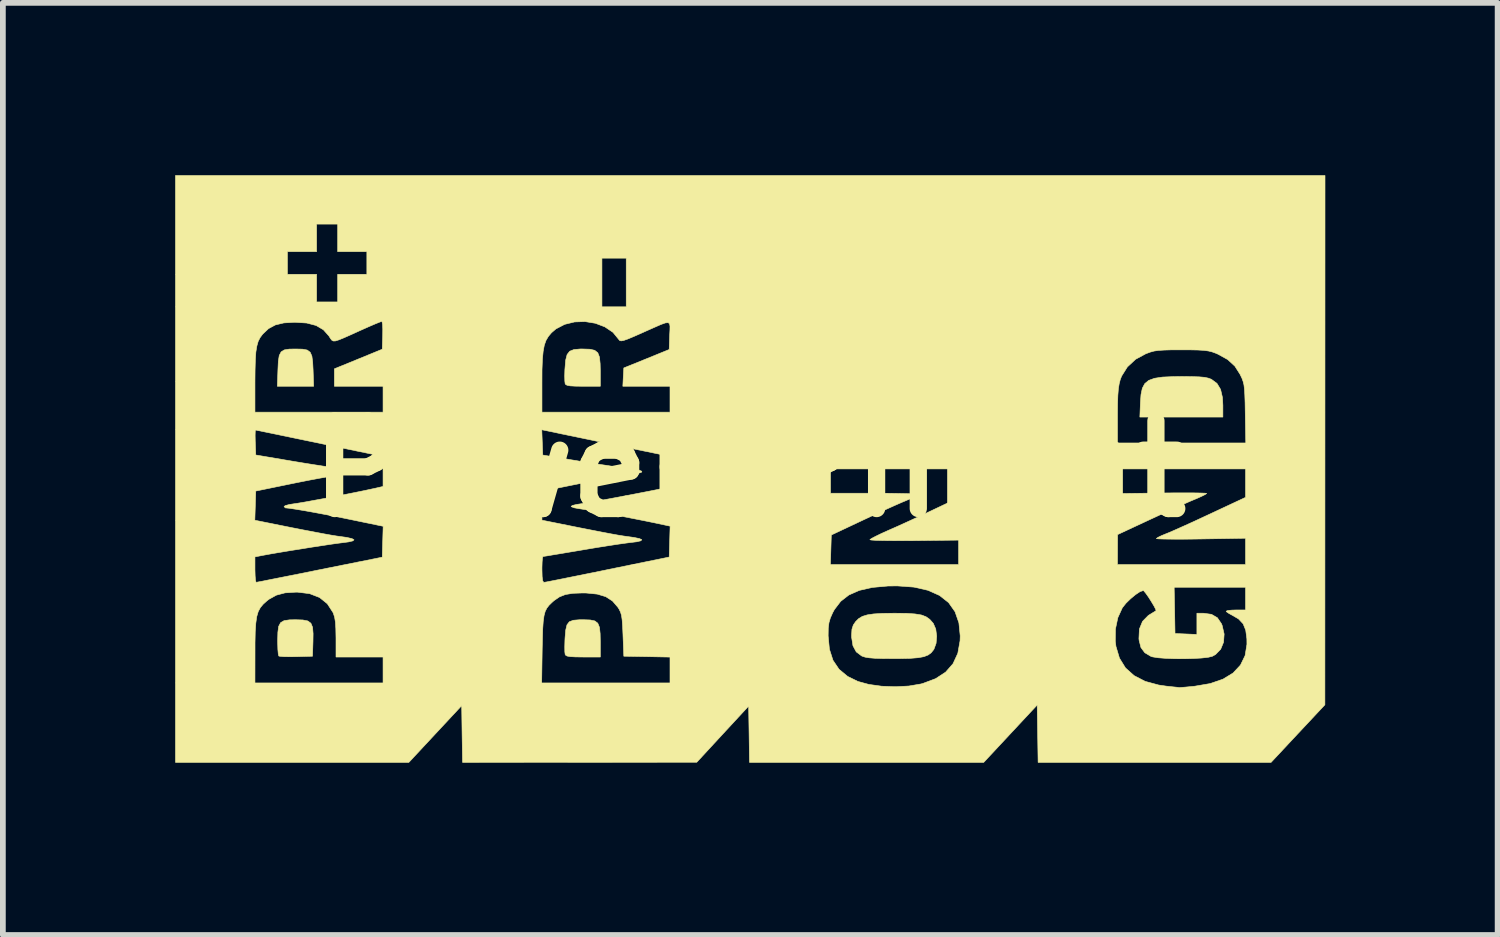
<source format=kicad_pcb>
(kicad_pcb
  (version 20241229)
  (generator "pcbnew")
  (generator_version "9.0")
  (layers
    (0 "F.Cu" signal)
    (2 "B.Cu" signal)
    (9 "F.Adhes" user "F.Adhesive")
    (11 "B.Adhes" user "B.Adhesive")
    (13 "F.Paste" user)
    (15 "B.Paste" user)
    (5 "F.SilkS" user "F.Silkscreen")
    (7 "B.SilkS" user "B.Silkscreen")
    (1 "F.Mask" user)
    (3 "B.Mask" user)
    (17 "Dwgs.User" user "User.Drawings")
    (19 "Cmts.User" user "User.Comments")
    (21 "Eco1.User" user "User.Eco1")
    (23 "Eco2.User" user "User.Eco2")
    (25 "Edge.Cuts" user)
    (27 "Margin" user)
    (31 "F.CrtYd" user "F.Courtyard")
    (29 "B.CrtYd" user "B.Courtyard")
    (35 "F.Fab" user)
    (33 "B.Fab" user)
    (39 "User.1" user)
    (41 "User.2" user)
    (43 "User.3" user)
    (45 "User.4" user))
  (footprint "Power_Pinout"
    (layer "F.Cu")
    (at 9.996 5.113)
    (property "Reference" "Power_Pinout" (at 0 0 0) (layer "F.SilkS") (effects (font (size 1.524 1.524) (thickness 0.3))))
    (attr through_hole)
    (fp_poly (pts (xy -7.782 -2.085) (xy -7.699 -2.07) (xy -7.647 -2.032) (xy -7.617 -1.965) (xy -7.603 -1.858) (xy -7.596 -1.724) (xy -7.586 -1.439) (xy -8.218 -1.439) (xy -8.208 -1.724) (xy -8.201 -1.873) (xy -8.185 -1.975) (xy -8.152 -2.038) (xy -8.097 -2.072) (xy -8.01 -2.086) (xy -7.902 -2.088) (xy -7.782 -2.085)) (stroke (width 0.01) (type solid)) (fill yes) (layer "F.SilkS"))
    (fp_poly (pts (xy 7.701 -1.607) (xy 7.828 -1.603) (xy 7.92 -1.595) (xy 7.986 -1.581) (xy 8.038 -1.562) (xy 8.043 -1.559) (xy 8.138 -1.489) (xy 8.201 -1.385) (xy 8.234 -1.243) (xy 8.241 -1.108) (xy 8.241 -0.903) (xy 6.796 -0.903) (xy 6.806 -1.154) (xy 6.816 -1.295) (xy 6.839 -1.404) (xy 6.882 -1.485) (xy 6.95 -1.541) (xy 7.051 -1.578) (xy 7.19 -1.599) (xy 7.375 -1.607) (xy 7.527 -1.609) (xy 7.701 -1.607)) (stroke (width 0.01) (type solid)) (fill yes) (layer "F.SilkS"))
    (fp_poly (pts (xy -7.775 2.629) (xy -7.688 2.646) (xy -7.634 2.686) (xy -7.605 2.756) (xy -7.596 2.867) (xy -7.598 3.01) (xy -7.606 3.26) (xy -7.89 3.268) (xy -8.011 3.269) (xy -8.111 3.267) (xy -8.176 3.261) (xy -8.193 3.256) (xy -8.202 3.22) (xy -8.209 3.143) (xy -8.212 3.037) (xy -8.213 2.993) (xy -8.209 2.843) (xy -8.195 2.74) (xy -8.161 2.676) (xy -8.101 2.641) (xy -8.007 2.627) (xy -7.901 2.625) (xy -7.775 2.629)) (stroke (width 0.01) (type solid)) (fill yes) (layer "F.SilkS"))
    (fp_poly (pts (xy -2.779 -2.084) (xy -2.694 -2.065) (xy -2.64 -2.022) (xy -2.611 -1.948) (xy -2.599 -1.832) (xy -2.596 -1.707) (xy -2.596 -1.439) (xy -2.894 -1.439) (xy -3.031 -1.441) (xy -3.122 -1.446) (xy -3.176 -1.457) (xy -3.202 -1.473) (xy -3.208 -1.483) (xy -3.214 -1.531) (xy -3.216 -1.618) (xy -3.213 -1.727) (xy -3.211 -1.751) (xy -3.199 -1.894) (xy -3.174 -1.991) (xy -3.129 -2.049) (xy -3.056 -2.078) (xy -2.946 -2.088) (xy -2.903 -2.088) (xy -2.779 -2.084)) (stroke (width 0.01) (type solid)) (fill yes) (layer "F.SilkS"))
    (fp_poly (pts (xy -2.772 2.629) (xy -2.691 2.646) (xy -2.64 2.686) (xy -2.611 2.757) (xy -2.599 2.867) (xy -2.596 3.012) (xy -2.596 3.274) (xy -2.894 3.274) (xy -3.031 3.272) (xy -3.121 3.267) (xy -3.175 3.257) (xy -3.202 3.24) (xy -3.208 3.229) (xy -3.214 3.182) (xy -3.215 3.094) (xy -3.212 2.983) (xy -3.21 2.942) (xy -3.198 2.804) (xy -3.176 2.713) (xy -3.135 2.66) (xy -3.065 2.634) (xy -2.956 2.625) (xy -2.889 2.625) (xy -2.772 2.629)) (stroke (width 0.01) (type solid)) (fill yes) (layer "F.SilkS"))
    (fp_poly (pts (xy 2.734 2.514) (xy 2.881 2.524) (xy 2.992 2.542) (xy 3.074 2.573) (xy 3.138 2.618) (xy 3.193 2.68) (xy 3.201 2.69) (xy 3.243 2.787) (xy 3.259 2.91) (xy 3.249 3.035) (xy 3.211 3.139) (xy 3.207 3.145) (xy 3.164 3.199) (xy 3.11 3.239) (xy 3.036 3.268) (xy 2.936 3.286) (xy 2.799 3.297) (xy 2.618 3.301) (xy 2.506 3.301) (xy 2.321 3.3) (xy 2.184 3.296) (xy 2.084 3.288) (xy 2.013 3.276) (xy 1.962 3.259) (xy 1.953 3.255) (xy 1.859 3.184) (xy 1.802 3.078) (xy 1.779 2.933) (xy 1.778 2.896) (xy 1.784 2.791) (xy 1.808 2.717) (xy 1.85 2.656) (xy 1.902 2.605) (xy 1.965 2.567) (xy 2.049 2.541) (xy 2.161 2.524) (xy 2.311 2.515) (xy 2.508 2.512) (xy 2.54 2.512) (xy 2.734 2.514)) (stroke (width 0.01) (type solid)) (fill yes) (layer "F.SilkS"))
    (fp_poly (pts (xy 10.018 -0.501) (xy 10.017 4.106) (xy 9.548 4.607) (xy 9.08 5.108) (xy 5.025 5.108) (xy 5.017 4.608) (xy 5.009 4.109) (xy 4.078 5.108) (xy 2.04 5.108) (xy 0.001 5.108) (xy -0.006 4.618) (xy -0.014 4.128) (xy -0.466 4.617) (xy -0.917 5.106) (xy -2.956 5.107) (xy -4.994 5.108) (xy -5.002 4.614) (xy -5.009 4.12) (xy -5.469 4.614) (xy -5.929 5.108) (xy -9.991 5.108) (xy -9.991 3.725) (xy -8.608 3.725) (xy -6.378 3.725) (xy -3.617 3.725) (xy -1.383 3.725) (xy -1.383 3.275) (xy -1.785 3.267) (xy -2.187 3.26) (xy -2.201 2.897) (xy 1.37 2.897) (xy 1.37 2.907) (xy 1.392 3.138) (xy 1.454 3.331) (xy 1.56 3.488) (xy 1.71 3.612) (xy 1.888 3.699) (xy 2.078 3.751) (xy 2.301 3.782) (xy 2.54 3.791) (xy 2.774 3.779) (xy 2.986 3.743) (xy 3.019 3.734) (xy 3.24 3.651) (xy 3.415 3.537) (xy 3.544 3.39) (xy 3.627 3.21) (xy 3.665 2.998) (xy 6.368 2.998) (xy 6.38 3.09) (xy 6.441 3.294) (xy 6.546 3.464) (xy 6.696 3.598) (xy 6.889 3.698) (xy 7.126 3.762) (xy 7.257 3.781) (xy 7.359 3.792) (xy 7.438 3.8) (xy 7.477 3.805) (xy 7.479 3.806) (xy 7.511 3.804) (xy 7.587 3.798) (xy 7.692 3.788) (xy 7.752 3.782) (xy 8.021 3.736) (xy 8.244 3.659) (xy 8.419 3.552) (xy 8.547 3.415) (xy 8.628 3.249) (xy 8.66 3.053) (xy 8.659 2.959) (xy 8.639 2.807) (xy 8.594 2.696) (xy 8.515 2.612) (xy 8.417 2.554) (xy 8.347 2.516) (xy 8.304 2.486) (xy 8.298 2.477) (xy 8.323 2.465) (xy 8.39 2.458) (xy 8.467 2.455) (xy 8.636 2.455) (xy 8.636 2.06) (xy 7.393 2.06) (xy 7.401 2.462) (xy 7.408 2.865) (xy 7.789 2.881) (xy 7.789 2.512) (xy 7.904 2.512) (xy 8.043 2.531) (xy 8.145 2.59) (xy 8.216 2.694) (xy 8.228 2.723) (xy 8.263 2.874) (xy 8.253 3.016) (xy 8.203 3.138) (xy 8.114 3.23) (xy 8.056 3.262) (xy 7.984 3.279) (xy 7.868 3.292) (xy 7.724 3.3) (xy 7.563 3.304) (xy 7.398 3.303) (xy 7.244 3.297) (xy 7.114 3.287) (xy 7.02 3.272) (xy 6.991 3.264) (xy 6.882 3.199) (xy 6.815 3.109) (xy 6.783 2.983) (xy 6.78 2.953) (xy 6.788 2.787) (xy 6.843 2.653) (xy 6.943 2.551) (xy 6.967 2.536) (xy 7.032 2.496) (xy 7.073 2.471) (xy 7.078 2.468) (xy 7.071 2.442) (xy 7.041 2.384) (xy 6.996 2.309) (xy 6.946 2.23) (xy 6.899 2.164) (xy 6.865 2.123) (xy 6.855 2.117) (xy 6.799 2.136) (xy 6.722 2.187) (xy 6.636 2.258) (xy 6.555 2.337) (xy 6.495 2.412) (xy 6.491 2.417) (xy 6.413 2.588) (xy 6.371 2.787) (xy 6.368 2.998) (xy 3.665 2.998) (xy 3.666 2.996) (xy 3.669 2.907) (xy 3.646 2.679) (xy 3.579 2.486) (xy 3.467 2.327) (xy 3.31 2.203) (xy 3.109 2.113) (xy 2.863 2.057) (xy 2.572 2.036) (xy 2.407 2.038) (xy 2.136 2.063) (xy 1.913 2.114) (xy 1.731 2.194) (xy 1.588 2.305) (xy 1.478 2.449) (xy 1.449 2.503) (xy 1.408 2.595) (xy 1.384 2.677) (xy 1.372 2.771) (xy 1.37 2.897) (xy -2.201 2.897) (xy -2.201 2.891) (xy -2.208 2.737) (xy -2.216 2.627) (xy -2.227 2.55) (xy -2.244 2.493) (xy -2.268 2.443) (xy -2.291 2.407) (xy -2.384 2.299) (xy -2.5 2.224) (xy -2.649 2.179) (xy -2.839 2.16) (xy -2.907 2.159) (xy -3.075 2.165) (xy -3.203 2.186) (xy -3.307 2.227) (xy -3.402 2.292) (xy -3.439 2.325) (xy -3.489 2.374) (xy -3.527 2.423) (xy -3.556 2.481) (xy -3.576 2.556) (xy -3.59 2.657) (xy -3.599 2.79) (xy -3.604 2.966) (xy -3.608 3.14) (xy -3.617 3.725) (xy -6.378 3.725) (xy -6.378 3.274) (xy -7.197 3.274) (xy -7.197 2.942) (xy -7.2 2.783) (xy -7.207 2.667) (xy -7.221 2.582) (xy -7.243 2.513) (xy -7.25 2.498) (xy -7.348 2.347) (xy -7.483 2.238) (xy -7.656 2.171) (xy -7.867 2.145) (xy -7.895 2.145) (xy -8.084 2.157) (xy -8.235 2.197) (xy -8.363 2.268) (xy -8.398 2.295) (xy -8.464 2.354) (xy -8.514 2.414) (xy -8.551 2.483) (xy -8.577 2.571) (xy -8.593 2.685) (xy -8.603 2.833) (xy -8.607 3.024) (xy -8.607 3.168) (xy -8.608 3.725) (xy -9.991 3.725) (xy -9.991 0.893) (xy -8.61 0.893) (xy -7.953 1.025) (xy -7.758 1.063) (xy -7.574 1.098) (xy -7.411 1.129) (xy -7.277 1.153) (xy -7.184 1.168) (xy -7.154 1.172) (xy -7.01 1.192) (xy -6.919 1.213) (xy -6.884 1.233) (xy -6.903 1.252) (xy -6.978 1.27) (xy -7.077 1.283) (xy -7.155 1.293) (xy -7.278 1.31) (xy -7.435 1.334) (xy -7.614 1.361) (xy -7.804 1.392) (xy -7.995 1.422) (xy -8.175 1.452) (xy -8.333 1.479) (xy -8.459 1.502) (xy -8.516 1.513) (xy -8.608 1.531) (xy -8.608 1.753) (xy -8.605 1.857) (xy -8.599 1.935) (xy -8.589 1.972) (xy -8.587 1.974) (xy -8.555 1.968) (xy -8.474 1.953) (xy -8.351 1.928) (xy -8.189 1.896) (xy -7.997 1.858) (xy -7.78 1.815) (xy -7.544 1.767) (xy -7.479 1.754) (xy -6.392 1.536) (xy -6.376 0.998) (xy -6.956 0.878) (xy -7.162 0.836) (xy -7.368 0.796) (xy -7.565 0.759) (xy -7.743 0.727) (xy -7.893 0.702) (xy -8.007 0.685) (xy -8.075 0.678) (xy -8.079 0.678) (xy -8.1 0.656) (xy -8.1 0.652) (xy -8.074 0.636) (xy -8.008 0.619) (xy -7.938 0.608) (xy -7.863 0.597) (xy -7.743 0.577) (xy -7.59 0.549) (xy -7.414 0.517) (xy -7.226 0.481) (xy -7.036 0.444) (xy -6.855 0.408) (xy -6.694 0.375) (xy -6.564 0.347) (xy -6.512 0.336) (xy -6.378 0.305) (xy -6.378 0.04) (xy -6.381 -0.075) (xy -6.387 -0.165) (xy -6.397 -0.217) (xy -6.403 -0.226) (xy -6.435 -0.231) (xy -6.516 -0.247) (xy -6.641 -0.272) (xy -6.802 -0.305) (xy -6.994 -0.345) (xy -7.211 -0.39) (xy -7.447 -0.439) (xy -7.507 -0.452) (xy -7.746 -0.501) (xy -7.967 -0.547) (xy -8.164 -0.588) (xy -8.332 -0.623) (xy -8.464 -0.65) (xy -8.554 -0.669) (xy -8.596 -0.677) (xy -8.599 -0.677) (xy -8.603 -0.651) (xy -8.605 -0.583) (xy -8.603 -0.485) (xy -8.602 -0.46) (xy -8.594 -0.243) (xy -7.975 -0.138) (xy -7.782 -0.106) (xy -7.595 -0.076) (xy -7.427 -0.05) (xy -7.288 -0.03) (xy -7.19 -0.017) (xy -7.171 -0.015) (xy -7.022 0.003) (xy -6.926 0.023) (xy -6.884 0.044) (xy -6.896 0.064) (xy -6.963 0.082) (xy -7.086 0.099) (xy -7.093 0.099) (xy -7.181 0.111) (xy -7.314 0.132) (xy -7.479 0.161) (xy -7.666 0.196) (xy -7.863 0.235) (xy -7.947 0.252) (xy -8.594 0.385) (xy -8.602 0.639) (xy -8.61 0.893) (xy -9.991 0.893) (xy -9.991 -0.682) (xy -3.615 -0.682) (xy -3.598 -0.242) (xy -3.133 -0.164) (xy -2.946 -0.133) (xy -2.75 -0.102) (xy -2.564 -0.073) (xy -2.406 -0.049) (xy -2.357 -0.042) (xy -2.179 -0.017) (xy -2.05 0.002) (xy -1.962 0.016) (xy -1.908 0.027) (xy -1.881 0.037) (xy -1.873 0.046) (xy -1.876 0.055) (xy -1.909 0.069) (xy -1.983 0.084) (xy -2.081 0.097) (xy -2.081 0.097) (xy -2.153 0.107) (xy -2.269 0.126) (xy -2.419 0.153) (xy -2.593 0.185) (xy -2.779 0.221) (xy -2.968 0.258) (xy -3.148 0.294) (xy -3.31 0.327) (xy -3.442 0.355) (xy -3.535 0.377) (xy -3.563 0.384) (xy -3.587 0.399) (xy -3.602 0.434) (xy -3.61 0.499) (xy -3.612 0.606) (xy -3.612 0.645) (xy -3.612 0.892) (xy -2.956 1.024) (xy -2.762 1.062) (xy -2.578 1.098) (xy -2.415 1.129) (xy -2.282 1.153) (xy -2.188 1.168) (xy -2.159 1.172) (xy -2.008 1.193) (xy -1.913 1.213) (xy -1.874 1.232) (xy -1.891 1.251) (xy -1.964 1.268) (xy -2.081 1.282) (xy -2.165 1.293) (xy -2.293 1.311) (xy -2.455 1.336) (xy -2.64 1.365) (xy -2.837 1.398) (xy -2.925 1.413) (xy -3.11 1.444) (xy -3.276 1.472) (xy -3.416 1.495) (xy -3.52 1.513) (xy -3.582 1.522) (xy -3.595 1.524) (xy -3.603 1.55) (xy -3.609 1.619) (xy -3.612 1.718) (xy -3.612 1.75) (xy -3.609 1.872) (xy -3.6 1.945) (xy -3.583 1.973) (xy -3.577 1.974) (xy -3.542 1.969) (xy -3.459 1.953) (xy -3.332 1.928) (xy -3.169 1.895) (xy -2.975 1.856) (xy -2.757 1.812) (xy -2.521 1.764) (xy -2.469 1.753) (xy -2.039 1.665) (xy 1.409 1.665) (xy 3.641 1.665) (xy 3.641 1.239) (xy 2.865 1.248) (xy 2.658 1.249) (xy 2.474 1.248) (xy 2.319 1.246) (xy 2.2 1.243) (xy 2.124 1.238) (xy 2.097 1.232) (xy 2.097 1.231) (xy 2.124 1.211) (xy 2.194 1.174) (xy 2.295 1.125) (xy 2.419 1.069) (xy 2.442 1.059) (xy 2.594 0.992) (xy 2.776 0.909) (xy 2.969 0.82) (xy 3.153 0.734) (xy 3.203 0.71) (xy 3.627 0.509) (xy 3.635 0.255) (xy 3.643 0) (xy 6.406 0) (xy 6.406 0.429) (xy 7.183 0.419) (xy 7.385 0.417) (xy 7.568 0.417) (xy 7.724 0.417) (xy 7.846 0.419) (xy 7.926 0.422) (xy 7.958 0.426) (xy 7.959 0.427) (xy 7.934 0.445) (xy 7.87 0.477) (xy 7.779 0.518) (xy 7.754 0.528) (xy 7.666 0.565) (xy 7.538 0.622) (xy 7.382 0.692) (xy 7.208 0.771) (xy 7.027 0.855) (xy 6.979 0.877) (xy 6.408 1.143) (xy 6.407 1.404) (xy 6.406 1.665) (xy 8.636 1.665) (xy 8.636 1.206) (xy 7.86 1.219) (xy 7.657 1.222) (xy 7.474 1.223) (xy 7.318 1.222) (xy 7.196 1.22) (xy 7.116 1.217) (xy 7.084 1.213) (xy 7.084 1.212) (xy 7.108 1.193) (xy 7.171 1.162) (xy 7.246 1.131) (xy 7.318 1.102) (xy 7.432 1.052) (xy 7.577 0.987) (xy 7.745 0.911) (xy 7.925 0.827) (xy 8.022 0.782) (xy 8.636 0.495) (xy 8.636 0) (xy 6.406 0) (xy 3.643 0) (xy 1.411 0) (xy 1.411 0.423) (xy 2.193 0.423) (xy 2.406 0.424) (xy 2.592 0.427) (xy 2.745 0.43) (xy 2.859 0.435) (xy 2.929 0.441) (xy 2.948 0.448) (xy 2.909 0.47) (xy 2.834 0.505) (xy 2.739 0.545) (xy 2.738 0.546) (xy 2.656 0.58) (xy 2.535 0.633) (xy 2.384 0.701) (xy 2.215 0.779) (xy 2.037 0.862) (xy 1.99 0.884) (xy 1.425 1.15) (xy 1.417 1.408) (xy 1.409 1.665) (xy -2.039 1.665) (xy -1.397 1.534) (xy -1.389 1.265) (xy -1.381 0.996) (xy -1.657 0.937) (xy -1.814 0.905) (xy -1.995 0.869) (xy -2.189 0.831) (xy -2.385 0.794) (xy -2.572 0.759) (xy -2.737 0.729) (xy -2.872 0.706) (xy -2.963 0.692) (xy -2.97 0.691) (xy -3.048 0.677) (xy -3.097 0.659) (xy -3.104 0.651) (xy -3.079 0.635) (xy -3.013 0.619) (xy -2.942 0.608) (xy -2.876 0.598) (xy -2.766 0.579) (xy -2.622 0.554) (xy -2.455 0.523) (xy -2.274 0.489) (xy -2.088 0.454) (xy -1.908 0.419) (xy -1.743 0.387) (xy -1.602 0.359) (xy -1.497 0.337) (xy -1.436 0.322) (xy -1.432 0.321) (xy -1.409 0.307) (xy -1.394 0.274) (xy -1.386 0.212) (xy -1.383 0.11) (xy -1.383 0.04) (xy -1.385 -0.074) (xy -1.391 -0.164) (xy -1.4 -0.217) (xy -1.405 -0.226) (xy -1.437 -0.231) (xy -1.518 -0.247) (xy -1.641 -0.272) (xy -1.801 -0.305) (xy -1.991 -0.344) (xy -2.205 -0.388) (xy -2.436 -0.436) (xy -2.442 -0.438) (xy -2.677 -0.487) (xy -2.897 -0.533) (xy -3.095 -0.574) (xy -3.265 -0.609) (xy -3.399 -0.638) (xy -3.492 -0.657) (xy -3.536 -0.666) (xy -3.615 -0.682) (xy -9.991 -0.682) (xy -9.991 -0.928) (xy 6.406 -0.928) (xy 6.406 -0.452) (xy 8.64 -0.452) (xy 8.631 -0.967) (xy 8.628 -1.15) (xy 8.623 -1.288) (xy 8.617 -1.389) (xy 8.608 -1.464) (xy 8.593 -1.524) (xy 8.574 -1.577) (xy 8.546 -1.635) (xy 8.544 -1.641) (xy 8.45 -1.789) (xy 8.325 -1.904) (xy 8.157 -1.997) (xy 8.118 -2.014) (xy 8.055 -2.037) (xy 7.99 -2.053) (xy 7.911 -2.064) (xy 7.808 -2.07) (xy 7.668 -2.073) (xy 7.521 -2.073) (xy 7.346 -2.073) (xy 7.216 -2.069) (xy 7.119 -2.063) (xy 7.044 -2.052) (xy 6.978 -2.034) (xy 6.91 -2.009) (xy 6.903 -2.007) (xy 6.722 -1.909) (xy 6.579 -1.776) (xy 6.479 -1.617) (xy 6.455 -1.556) (xy 6.436 -1.482) (xy 6.422 -1.394) (xy 6.413 -1.281) (xy 6.408 -1.133) (xy 6.406 -0.94) (xy 6.406 -0.928) (xy -9.991 -0.928) (xy -9.991 -0.988) (xy -8.608 -0.988) (xy -6.378 -0.988) (xy -6.378 -1.439) (xy -7.225 -1.439) (xy -7.225 -1.497) (xy -3.612 -1.497) (xy -3.612 -0.988) (xy -1.383 -0.988) (xy -1.383 -1.439) (xy -2.204 -1.439) (xy -2.196 -1.598) (xy -2.187 -1.758) (xy -1.792 -1.918) (xy -1.397 -2.079) (xy -1.389 -2.326) (xy -1.384 -2.419) (xy -1.383 -2.486) (xy -1.391 -2.528) (xy -1.416 -2.547) (xy -1.464 -2.542) (xy -1.542 -2.514) (xy -1.658 -2.463) (xy -1.818 -2.392) (xy -1.864 -2.371) (xy -2.012 -2.306) (xy -2.117 -2.262) (xy -2.188 -2.237) (xy -2.232 -2.229) (xy -2.257 -2.234) (xy -2.272 -2.251) (xy -2.376 -2.378) (xy -2.517 -2.473) (xy -2.683 -2.536) (xy -2.862 -2.565) (xy -3.044 -2.559) (xy -3.216 -2.517) (xy -3.368 -2.438) (xy -3.446 -2.371) (xy -3.5 -2.307) (xy -3.541 -2.238) (xy -3.571 -2.154) (xy -3.591 -2.047) (xy -3.604 -1.91) (xy -3.611 -1.733) (xy -3.612 -1.508) (xy -3.612 -1.497) (xy -7.225 -1.497) (xy -7.225 -1.743) (xy -6.809 -1.913) (xy -6.392 -2.084) (xy -6.384 -2.326) (xy -6.383 -2.435) (xy -6.387 -2.519) (xy -6.396 -2.564) (xy -6.401 -2.568) (xy -6.434 -2.557) (xy -6.509 -2.527) (xy -6.614 -2.482) (xy -6.74 -2.426) (xy -6.776 -2.41) (xy -6.941 -2.335) (xy -7.063 -2.281) (xy -7.149 -2.246) (xy -7.207 -2.228) (xy -7.245 -2.227) (xy -7.27 -2.241) (xy -7.292 -2.269) (xy -7.317 -2.309) (xy -7.319 -2.313) (xy -7.416 -2.422) (xy -7.543 -2.497) (xy -7.707 -2.54) (xy -7.913 -2.553) (xy -7.916 -2.553) (xy -8.105 -2.542) (xy -8.252 -2.507) (xy -8.371 -2.443) (xy -8.473 -2.347) (xy -8.476 -2.343) (xy -8.519 -2.285) (xy -8.552 -2.22) (xy -8.575 -2.139) (xy -8.592 -2.036) (xy -8.601 -1.9) (xy -8.606 -1.725) (xy -8.608 -1.517) (xy -8.608 -0.988) (xy -9.991 -0.988) (xy -9.991 -3.782) (xy -8.043 -3.782) (xy -8.043 -3.387) (xy -7.535 -3.387) (xy -7.535 -2.907) (xy -7.168 -2.907) (xy -7.168 -3.387) (xy -6.66 -3.387) (xy -6.66 -3.669) (xy -2.568 -3.669) (xy -2.568 -2.822) (xy -2.145 -2.822) (xy -2.145 -3.669) (xy -2.568 -3.669) (xy -6.66 -3.669) (xy -6.66 -3.782) (xy -7.168 -3.782) (xy -7.168 -4.262) (xy -7.535 -4.262) (xy -7.535 -3.782) (xy -8.043 -3.782) (xy -9.991 -3.782) (xy -9.991 -5.108) (xy 10.019 -5.108) (xy 10.018 -0.501)) (stroke (width 0.01) (type solid)) (fill yes) (layer "F.SilkS")))
  (gr_rect
    (start -3 -3)
    (end 23.02 13.226)
    (stroke (width 0.1) (type default))
    (fill no)
    (layer "Edge.Cuts")))
</source>
